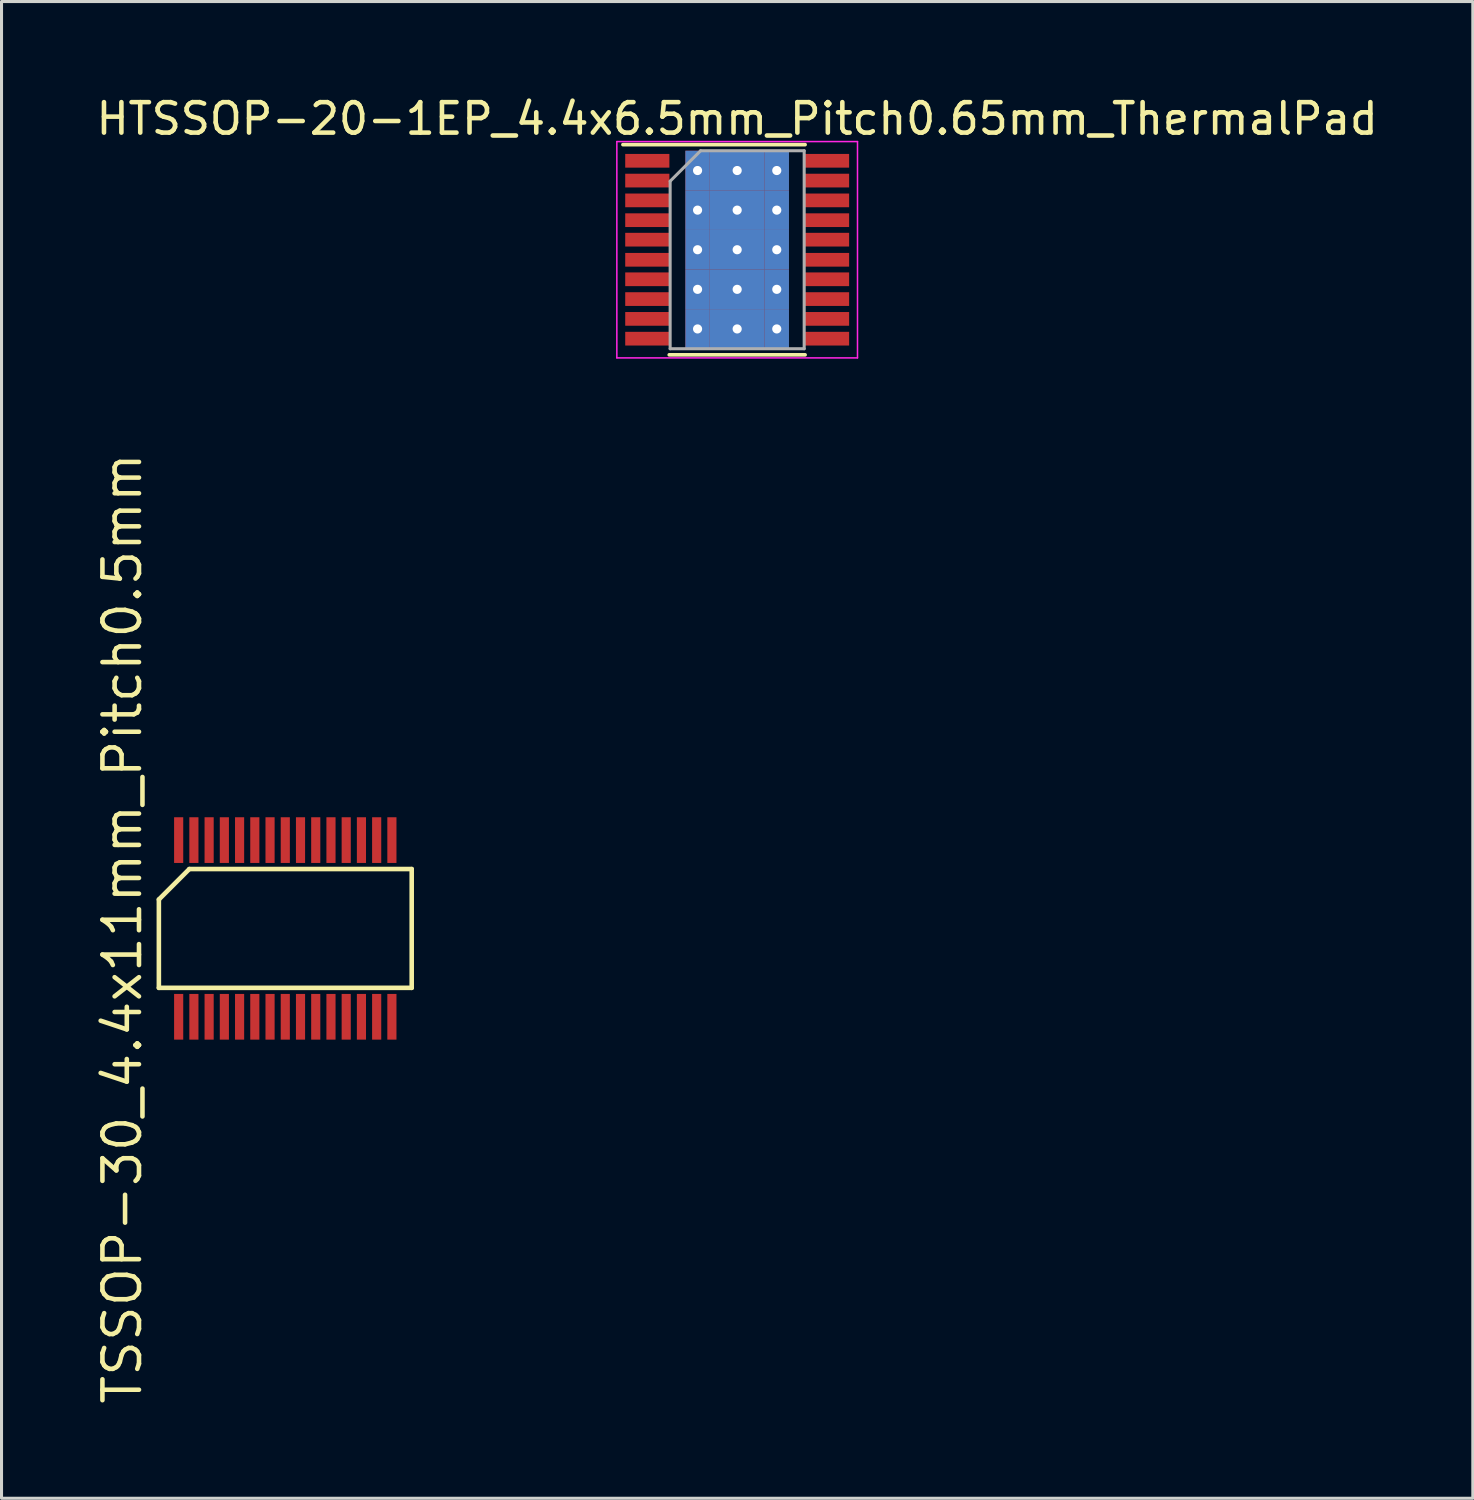
<source format=kicad_pcb>
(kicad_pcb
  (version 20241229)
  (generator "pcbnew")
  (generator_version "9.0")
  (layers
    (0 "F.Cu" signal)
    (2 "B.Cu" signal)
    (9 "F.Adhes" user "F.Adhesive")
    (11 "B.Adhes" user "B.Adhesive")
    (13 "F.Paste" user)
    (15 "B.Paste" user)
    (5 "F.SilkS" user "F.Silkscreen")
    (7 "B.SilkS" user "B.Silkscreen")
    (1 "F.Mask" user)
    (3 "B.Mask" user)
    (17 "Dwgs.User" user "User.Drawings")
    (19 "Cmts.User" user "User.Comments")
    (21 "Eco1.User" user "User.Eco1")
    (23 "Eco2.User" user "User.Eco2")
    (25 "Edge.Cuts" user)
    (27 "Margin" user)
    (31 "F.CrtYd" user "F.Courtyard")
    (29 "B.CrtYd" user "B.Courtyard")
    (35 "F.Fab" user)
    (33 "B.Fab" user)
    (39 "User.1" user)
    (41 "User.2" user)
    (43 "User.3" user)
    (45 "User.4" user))
  (footprint "HTSSOP-20-1EP_4.4x6.5mm_Pitch0.65mm_ThermalPad"
    (placed yes)
    (layer "F.Cu")
    (at 21.149 5.148)
    (property "Reference" "HTSSOP-20-1EP_4.4x6.5mm_Pitch0.65mm_ThermalPad" (at 0 -4.3 0) (layer "F.SilkS") (effects (font (size 1 1) (thickness 0.15))))
    (attr smd)
    (fp_line (start -3.75 -3.45) (end 2.23 -3.45) (stroke (width 0.12) (type solid)) (layer "F.SilkS"))
    (fp_line (start -2.23 3.45) (end 2.23 3.45) (stroke (width 0.12) (type solid)) (layer "F.SilkS"))
    (fp_line (start -3.95 -3.55) (end -3.95 3.55) (stroke (width 0.05) (type solid)) (layer "F.CrtYd"))
    (fp_line (start -3.95 -3.55) (end 3.95 -3.55) (stroke (width 0.05) (type solid)) (layer "F.CrtYd"))
    (fp_line (start -3.95 3.55) (end 3.95 3.55) (stroke (width 0.05) (type solid)) (layer "F.CrtYd"))
    (fp_line (start 3.95 -3.55) (end 3.95 3.55) (stroke (width 0.05) (type solid)) (layer "F.CrtYd"))
    (fp_line (start -2.2 -2.25) (end -1.2 -3.25) (stroke (width 0.1) (type solid)) (layer "F.Fab"))
    (fp_line (start -2.2 3.25) (end -2.2 -2.25) (stroke (width 0.1) (type solid)) (layer "F.Fab"))
    (fp_line (start -1.2 -3.25) (end 2.2 -3.25) (stroke (width 0.1) (type solid)) (layer "F.Fab"))
    (fp_line (start 2.2 -3.25) (end 2.2 3.25) (stroke (width 0.1) (type solid)) (layer "F.Fab"))
    (fp_line (start 2.2 3.25) (end -2.2 3.25) (stroke (width 0.1) (type solid)) (layer "F.Fab"))
    (pad "1" smd rect (at -2.95 -2.92) (size 1.45 0.45) (layers "F.Cu" "F.Mask" "F.Paste"))
    (pad "2" smd rect (at -2.95 -2.27) (size 1.45 0.45) (layers "F.Cu" "F.Mask" "F.Paste"))
    (pad "3" smd rect (at -2.95 -1.62) (size 1.45 0.45) (layers "F.Cu" "F.Mask" "F.Paste"))
    (pad "4" smd rect (at -2.95 -0.97) (size 1.45 0.45) (layers "F.Cu" "F.Mask" "F.Paste"))
    (pad "5" smd rect (at -2.95 -0.33) (size 1.45 0.45) (layers "F.Cu" "F.Mask" "F.Paste"))
    (pad "6" smd rect (at -2.95 0.33) (size 1.45 0.45) (layers "F.Cu" "F.Mask" "F.Paste"))
    (pad "7" smd rect (at -2.95 0.97) (size 1.45 0.45) (layers "F.Cu" "F.Mask" "F.Paste"))
    (pad "8" smd rect (at -2.95 1.62) (size 1.45 0.45) (layers "F.Cu" "F.Mask" "F.Paste"))
    (pad "9" smd rect (at -2.95 2.27) (size 1.45 0.45) (layers "F.Cu" "F.Mask" "F.Paste"))
    (pad "10" smd rect (at -2.95 2.92) (size 1.45 0.45) (layers "F.Cu" "F.Mask" "F.Paste"))
    (pad "11" smd rect (at 2.95 2.92) (size 1.45 0.45) (layers "F.Cu" "F.Mask" "F.Paste"))
    (pad "12" smd rect (at 2.95 2.27) (size 1.45 0.45) (layers "F.Cu" "F.Mask" "F.Paste"))
    (pad "13" smd rect (at 2.95 1.62) (size 1.45 0.45) (layers "F.Cu" "F.Mask" "F.Paste"))
    (pad "14" smd rect (at 2.95 0.97) (size 1.45 0.45) (layers "F.Cu" "F.Mask" "F.Paste"))
    (pad "15" smd rect (at 2.95 0.33) (size 1.45 0.45) (layers "F.Cu" "F.Mask" "F.Paste"))
    (pad "16" smd rect (at 2.95 -0.33) (size 1.45 0.45) (layers "F.Cu" "F.Mask" "F.Paste"))
    (pad "17" smd rect (at 2.95 -0.97) (size 1.45 0.45) (layers "F.Cu" "F.Mask" "F.Paste"))
    (pad "18" smd rect (at 2.95 -1.62) (size 1.45 0.45) (layers "F.Cu" "F.Mask" "F.Paste"))
    (pad "19" smd rect (at 2.95 -2.27) (size 1.45 0.45) (layers "F.Cu" "F.Mask" "F.Paste"))
    (pad "20" smd rect (at 2.95 -2.92) (size 1.45 0.45) (layers "F.Cu" "F.Mask" "F.Paste"))
    (pad "21" thru_hole rect (at -1.3 -2.6) (size 0.8 1.3) (drill 0.3) (layers "*.Cu" "*.Mask"))
    (pad "21" thru_hole rect (at -1.3 -1.3) (size 0.8 1.3) (drill 0.3) (layers "*.Cu" "*.Mask"))
    (pad "21" thru_hole rect (at -1.3 0) (size 0.8 1.3) (drill 0.3) (layers "*.Cu" "*.Mask"))
    (pad "21" thru_hole rect (at -1.3 1.3) (size 0.8 1.3) (drill 0.3) (layers "*.Cu" "*.Mask"))
    (pad "21" thru_hole rect (at -1.3 2.6) (size 0.8 1.3) (drill 0.3) (layers "*.Cu" "*.Mask"))
    (pad "21" thru_hole rect (at 0 -2.6) (size 1.8 1.3) (drill 0.3) (layers "*.Cu" "*.Mask"))
    (pad "21" thru_hole rect (at 0 -1.3) (size 1.8 1.3) (drill 0.3) (layers "*.Cu" "*.Mask"))
    (pad "21" thru_hole rect (at 0 0) (size 1.8 1.3) (drill 0.3) (layers "*.Cu" "*.Mask"))
    (pad "21" thru_hole rect (at 0 1.3) (size 1.8 1.3) (drill 0.3) (layers "*.Cu" "*.Mask"))
    (pad "21" thru_hole rect (at 0 2.6) (size 1.8 1.3) (drill 0.3) (layers "*.Cu" "*.Mask"))
    (pad "21" thru_hole rect (at 1.3 -2.6) (size 0.8 1.3) (drill 0.3) (layers "*.Cu" "*.Mask"))
    (pad "21" thru_hole rect (at 1.3 -1.3) (size 0.8 1.3) (drill 0.3) (layers "*.Cu" "*.Mask"))
    (pad "21" thru_hole rect (at 1.3 0) (size 0.8 1.3) (drill 0.3) (layers "*.Cu" "*.Mask"))
    (pad "21" thru_hole rect (at 1.3 1.3) (size 0.8 1.3) (drill 0.3) (layers "*.Cu" "*.Mask"))
    (pad "21" thru_hole rect (at 1.3 2.6) (size 0.8 1.3) (drill 0.3) (layers "*.Cu" "*.Mask")))
  (footprint "TSSOP-30_4.4x11mm_Pitch0.5mm"
    (layer "F.Cu")
    (at 6.315 27.428)
    (property "Reference" "TSSOP-30_4.4x11mm_Pitch0.5mm" (at -5.35 0 90) (layer "F.SilkS") (effects (font (size 1.2 1.2) (thickness 0.15))))
    (attr through_hole)
    (fp_line (start -4.15 -0.95) (end -4.15 1.95) (stroke (width 0.15) (type solid)) (layer "F.SilkS"))
    (fp_line (start -4.15 1.95) (end 4.15 1.95) (stroke (width 0.15) (type solid)) (layer "F.SilkS"))
    (fp_line (start -3.15 -1.95) (end -4.15 -0.95) (stroke (width 0.15) (type solid)) (layer "F.SilkS"))
    (fp_line (start 4.15 -1.95) (end -3.15 -1.95) (stroke (width 0.15) (type solid)) (layer "F.SilkS"))
    (fp_line (start 4.15 1.95) (end 4.15 -1.95) (stroke (width 0.15) (type solid)) (layer "F.SilkS"))
    (pad "1" smd rect (at -3.5 2.9) (size 0.3 1.5) (layers "F.Cu" "F.Mask" "F.Paste"))
    (pad "2" smd rect (at -3 2.9) (size 0.3 1.5) (layers "F.Cu" "F.Mask" "F.Paste"))
    (pad "3" smd rect (at -2.5 2.9) (size 0.3 1.5) (layers "F.Cu" "F.Mask" "F.Paste"))
    (pad "4" smd rect (at -2 2.9) (size 0.3 1.5) (layers "F.Cu" "F.Mask" "F.Paste"))
    (pad "5" smd rect (at -1.5 2.9) (size 0.3 1.5) (layers "F.Cu" "F.Mask" "F.Paste"))
    (pad "6" smd rect (at -1 2.9) (size 0.3 1.5) (layers "F.Cu" "F.Mask" "F.Paste"))
    (pad "7" smd rect (at -0.5 2.9) (size 0.3 1.5) (layers "F.Cu" "F.Mask" "F.Paste"))
    (pad "8" smd rect (at 0 2.9) (size 0.3 1.5) (layers "F.Cu" "F.Mask" "F.Paste"))
    (pad "9" smd rect (at 0.5 2.9) (size 0.3 1.5) (layers "F.Cu" "F.Mask" "F.Paste"))
    (pad "10" smd rect (at 1 2.9) (size 0.3 1.5) (layers "F.Cu" "F.Mask" "F.Paste"))
    (pad "11" smd rect (at 1.5 2.9) (size 0.3 1.5) (layers "F.Cu" "F.Mask" "F.Paste"))
    (pad "12" smd rect (at 2 2.9) (size 0.3 1.5) (layers "F.Cu" "F.Mask" "F.Paste"))
    (pad "13" smd rect (at 2.5 2.9) (size 0.3 1.5) (layers "F.Cu" "F.Mask" "F.Paste"))
    (pad "14" smd rect (at 3 2.9) (size 0.3 1.5) (layers "F.Cu" "F.Mask" "F.Paste"))
    (pad "15" smd rect (at 3.5 2.9) (size 0.3 1.5) (layers "F.Cu" "F.Mask" "F.Paste"))
    (pad "16" smd rect (at 3.5 -2.9) (size 0.3 1.5) (layers "F.Cu" "F.Mask" "F.Paste"))
    (pad "17" smd rect (at 3 -2.9) (size 0.3 1.5) (layers "F.Cu" "F.Mask" "F.Paste"))
    (pad "18" smd rect (at 2.5 -2.9) (size 0.3 1.5) (layers "F.Cu" "F.Mask" "F.Paste"))
    (pad "19" smd rect (at 2 -2.9) (size 0.3 1.5) (layers "F.Cu" "F.Mask" "F.Paste"))
    (pad "20" smd rect (at 1.5 -2.9) (size 0.3 1.5) (layers "F.Cu" "F.Mask" "F.Paste"))
    (pad "21" smd rect (at 1 -2.9) (size 0.3 1.5) (layers "F.Cu" "F.Mask" "F.Paste"))
    (pad "22" smd rect (at 0.5 -2.9) (size 0.3 1.5) (layers "F.Cu" "F.Mask" "F.Paste"))
    (pad "23" smd rect (at 0 -2.9) (size 0.3 1.5) (layers "F.Cu" "F.Mask" "F.Paste"))
    (pad "24" smd rect (at -0.5 -2.9) (size 0.3 1.5) (layers "F.Cu" "F.Mask" "F.Paste"))
    (pad "25" smd rect (at -1 -2.9) (size 0.3 1.5) (layers "F.Cu" "F.Mask" "F.Paste"))
    (pad "26" smd rect (at -1.5 -2.9) (size 0.3 1.5) (layers "F.Cu" "F.Mask" "F.Paste"))
    (pad "27" smd rect (at -2 -2.9) (size 0.3 1.5) (layers "F.Cu" "F.Mask" "F.Paste"))
    (pad "28" smd rect (at -2.5 -2.9) (size 0.3 1.5) (layers "F.Cu" "F.Mask" "F.Paste"))
    (pad "29" smd rect (at -3 -2.9) (size 0.3 1.5) (layers "F.Cu" "F.Mask" "F.Paste"))
    (pad "30" smd rect (at -3.5 -2.9) (size 0.3 1.5) (layers "F.Cu" "F.Mask" "F.Paste")))
  (gr_rect
    (start -3 -3)
    (end 45.298 46.133)
    (stroke (width 0.1) (type default))
    (fill no)
    (layer "Edge.Cuts")))
</source>
